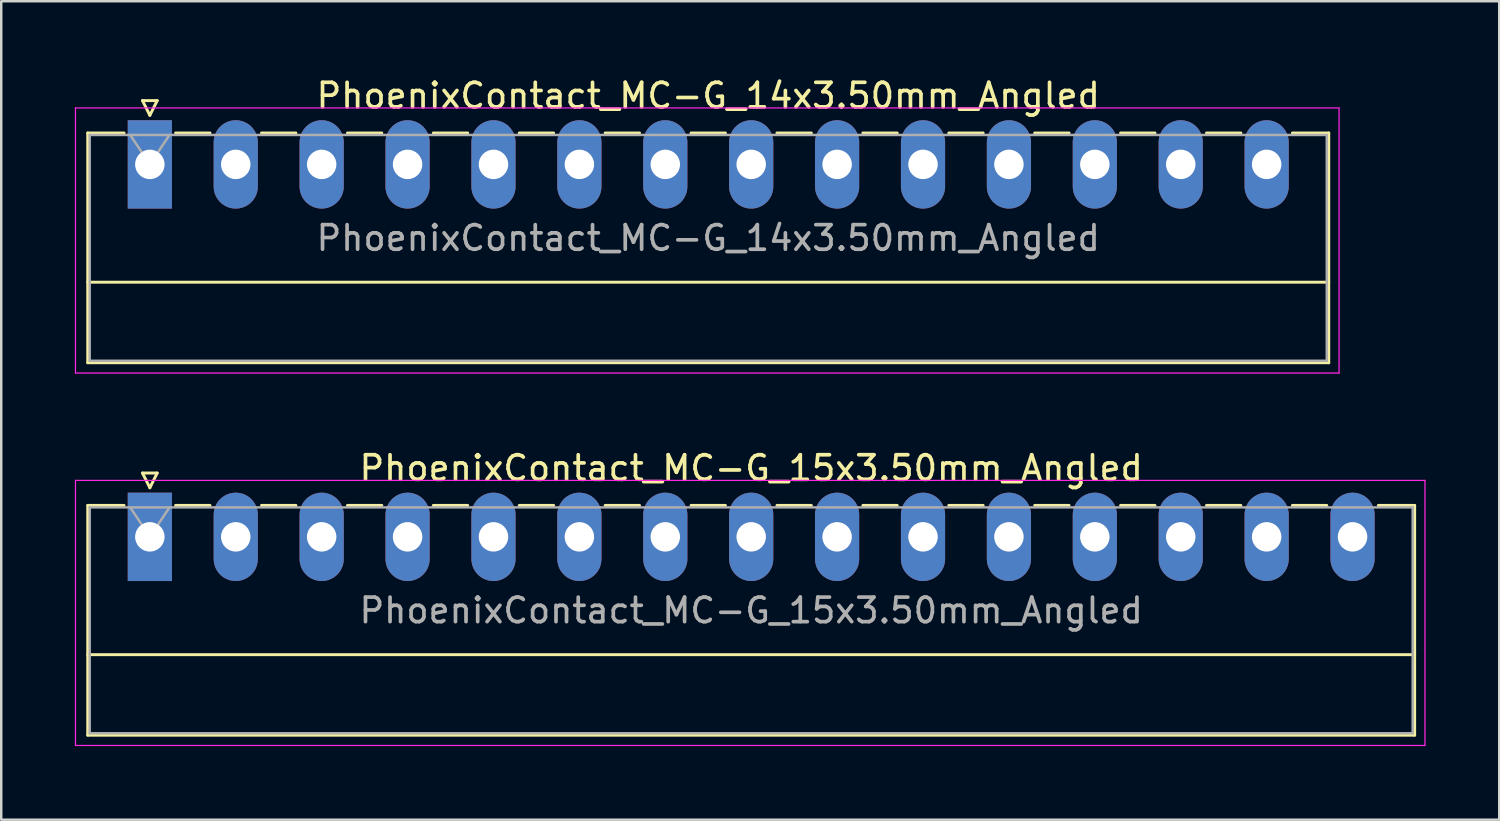
<source format=kicad_pcb>
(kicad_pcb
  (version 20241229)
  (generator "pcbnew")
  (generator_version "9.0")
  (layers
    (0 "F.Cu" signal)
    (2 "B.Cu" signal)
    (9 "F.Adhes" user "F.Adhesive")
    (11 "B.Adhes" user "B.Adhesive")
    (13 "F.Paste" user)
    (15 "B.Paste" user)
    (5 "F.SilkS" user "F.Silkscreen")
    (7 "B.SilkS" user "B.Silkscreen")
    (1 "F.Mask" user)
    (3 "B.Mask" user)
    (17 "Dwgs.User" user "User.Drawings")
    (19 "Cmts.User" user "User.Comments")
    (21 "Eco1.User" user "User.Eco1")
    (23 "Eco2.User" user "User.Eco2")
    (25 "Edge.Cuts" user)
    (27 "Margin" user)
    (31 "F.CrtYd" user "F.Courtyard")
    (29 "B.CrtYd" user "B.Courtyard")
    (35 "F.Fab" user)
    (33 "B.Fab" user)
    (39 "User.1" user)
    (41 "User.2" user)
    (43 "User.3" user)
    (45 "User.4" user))
  (footprint "PhoenixContact_MC-G_15x3.50mm_Angled"
    (layer "F.Cu")
    (at 3.055 18.822)
    (property "Reference" "PhoenixContact_MC-G_15x3.50mm_Angled" (at 24.5 -2.8 0) (layer "F.SilkS") (effects (font (size 1 1) (thickness 0.15))))
    (attr through_hole)
    (fp_line (start -2.53 -1.28) (end -2.53 8.08) (stroke (width 0.12) (type solid)) (layer "F.SilkS"))
    (fp_line (start -2.53 -1.28) (end -1.05 -1.28) (stroke (width 0.12) (type solid)) (layer "F.SilkS"))
    (fp_line (start -2.53 4.8) (end 51.53 4.8) (stroke (width 0.12) (type solid)) (layer "F.SilkS"))
    (fp_line (start -2.53 8.08) (end 51.53 8.08) (stroke (width 0.12) (type solid)) (layer "F.SilkS"))
    (fp_line (start -0.3 -2.6) (end 0.3 -2.6) (stroke (width 0.12) (type solid)) (layer "F.SilkS"))
    (fp_line (start 0 -2) (end -0.3 -2.6) (stroke (width 0.12) (type solid)) (layer "F.SilkS"))
    (fp_line (start 0.3 -2.6) (end 0 -2) (stroke (width 0.12) (type solid)) (layer "F.SilkS"))
    (fp_line (start 1.05 -1.28) (end 2.45 -1.28) (stroke (width 0.12) (type solid)) (layer "F.SilkS"))
    (fp_line (start 4.55 -1.28) (end 5.95 -1.28) (stroke (width 0.12) (type solid)) (layer "F.SilkS"))
    (fp_line (start 8.05 -1.28) (end 9.45 -1.28) (stroke (width 0.12) (type solid)) (layer "F.SilkS"))
    (fp_line (start 11.55 -1.28) (end 12.95 -1.28) (stroke (width 0.12) (type solid)) (layer "F.SilkS"))
    (fp_line (start 15.05 -1.28) (end 16.45 -1.28) (stroke (width 0.12) (type solid)) (layer "F.SilkS"))
    (fp_line (start 18.55 -1.28) (end 19.95 -1.28) (stroke (width 0.12) (type solid)) (layer "F.SilkS"))
    (fp_line (start 22.05 -1.28) (end 23.45 -1.28) (stroke (width 0.12) (type solid)) (layer "F.SilkS"))
    (fp_line (start 25.55 -1.28) (end 26.95 -1.28) (stroke (width 0.12) (type solid)) (layer "F.SilkS"))
    (fp_line (start 29.05 -1.28) (end 30.45 -1.28) (stroke (width 0.12) (type solid)) (layer "F.SilkS"))
    (fp_line (start 32.55 -1.28) (end 33.95 -1.28) (stroke (width 0.12) (type solid)) (layer "F.SilkS"))
    (fp_line (start 36.05 -1.28) (end 37.45 -1.28) (stroke (width 0.12) (type solid)) (layer "F.SilkS"))
    (fp_line (start 39.55 -1.28) (end 40.95 -1.28) (stroke (width 0.12) (type solid)) (layer "F.SilkS"))
    (fp_line (start 43.05 -1.28) (end 44.45 -1.28) (stroke (width 0.12) (type solid)) (layer "F.SilkS"))
    (fp_line (start 46.55 -1.28) (end 47.95 -1.28) (stroke (width 0.12) (type solid)) (layer "F.SilkS"))
    (fp_line (start 51.53 -1.28) (end 50.05 -1.28) (stroke (width 0.12) (type solid)) (layer "F.SilkS"))
    (fp_line (start 51.53 8.08) (end 51.53 -1.28) (stroke (width 0.12) (type solid)) (layer "F.SilkS"))
    (fp_line (start -3.03 -2.3) (end -3.03 8.5) (stroke (width 0.05) (type solid)) (layer "F.CrtYd"))
    (fp_line (start -3.03 8.5) (end 51.95 8.5) (stroke (width 0.05) (type solid)) (layer "F.CrtYd"))
    (fp_line (start 51.95 -2.3) (end -3.03 -2.3) (stroke (width 0.05) (type solid)) (layer "F.CrtYd"))
    (fp_line (start 51.95 8.5) (end 51.95 -2.3) (stroke (width 0.05) (type solid)) (layer "F.CrtYd"))
    (fp_line (start -2.45 -1.2) (end -2.45 8) (stroke (width 0.1) (type solid)) (layer "F.Fab"))
    (fp_line (start -2.45 8) (end 51.45 8) (stroke (width 0.1) (type solid)) (layer "F.Fab"))
    (fp_line (start 0 0) (end -0.8 -1.2) (stroke (width 0.1) (type solid)) (layer "F.Fab"))
    (fp_line (start 0.8 -1.2) (end 0 0) (stroke (width 0.1) (type solid)) (layer "F.Fab"))
    (fp_line (start 51.45 -1.2) (end -2.45 -1.2) (stroke (width 0.1) (type solid)) (layer "F.Fab"))
    (fp_line (start 51.45 8) (end 51.45 -1.2) (stroke (width 0.1) (type solid)) (layer "F.Fab"))
    (fp_text user "${REFERENCE}" (at 24.5 3 0) (layer "F.Fab") (effects (font (size 1 1) (thickness 0.15))))
    (pad "1" thru_hole rect (at 0 0) (size 1.8 3.6) (drill 1.2) (layers "*.Cu" "*.Mask"))
    (pad "2" thru_hole oval (at 3.5 0) (size 1.8 3.6) (drill 1.2) (layers "*.Cu" "*.Mask"))
    (pad "3" thru_hole oval (at 7 0) (size 1.8 3.6) (drill 1.2) (layers "*.Cu" "*.Mask"))
    (pad "4" thru_hole oval (at 10.5 0) (size 1.8 3.6) (drill 1.2) (layers "*.Cu" "*.Mask"))
    (pad "5" thru_hole oval (at 14 0) (size 1.8 3.6) (drill 1.2) (layers "*.Cu" "*.Mask"))
    (pad "6" thru_hole oval (at 17.5 0) (size 1.8 3.6) (drill 1.2) (layers "*.Cu" "*.Mask"))
    (pad "7" thru_hole oval (at 21 0) (size 1.8 3.6) (drill 1.2) (layers "*.Cu" "*.Mask"))
    (pad "8" thru_hole oval (at 24.5 0) (size 1.8 3.6) (drill 1.2) (layers "*.Cu" "*.Mask"))
    (pad "9" thru_hole oval (at 28 0) (size 1.8 3.6) (drill 1.2) (layers "*.Cu" "*.Mask"))
    (pad "10" thru_hole oval (at 31.5 0) (size 1.8 3.6) (drill 1.2) (layers "*.Cu" "*.Mask"))
    (pad "11" thru_hole oval (at 35 0) (size 1.8 3.6) (drill 1.2) (layers "*.Cu" "*.Mask"))
    (pad "12" thru_hole oval (at 38.5 0) (size 1.8 3.6) (drill 1.2) (layers "*.Cu" "*.Mask"))
    (pad "13" thru_hole oval (at 42 0) (size 1.8 3.6) (drill 1.2) (layers "*.Cu" "*.Mask"))
    (pad "14" thru_hole oval (at 45.5 0) (size 1.8 3.6) (drill 1.2) (layers "*.Cu" "*.Mask"))
    (pad "15" thru_hole oval (at 49 0) (size 1.8 3.6) (drill 1.2) (layers "*.Cu" "*.Mask")))
  (footprint "PhoenixContact_MC-G_14x3.50mm_Angled"
    (layer "F.Cu")
    (at 3.055 3.648)
    (property "Reference" "PhoenixContact_MC-G_14x3.50mm_Angled" (at 22.75 -2.8 0) (layer "F.SilkS") (effects (font (size 1 1) (thickness 0.15))))
    (attr through_hole)
    (fp_line (start -2.53 -1.28) (end -2.53 8.08) (stroke (width 0.12) (type solid)) (layer "F.SilkS"))
    (fp_line (start -2.53 -1.28) (end -1.05 -1.28) (stroke (width 0.12) (type solid)) (layer "F.SilkS"))
    (fp_line (start -2.53 4.8) (end 48.03 4.8) (stroke (width 0.12) (type solid)) (layer "F.SilkS"))
    (fp_line (start -2.53 8.08) (end 48.03 8.08) (stroke (width 0.12) (type solid)) (layer "F.SilkS"))
    (fp_line (start -0.3 -2.6) (end 0.3 -2.6) (stroke (width 0.12) (type solid)) (layer "F.SilkS"))
    (fp_line (start 0 -2) (end -0.3 -2.6) (stroke (width 0.12) (type solid)) (layer "F.SilkS"))
    (fp_line (start 0.3 -2.6) (end 0 -2) (stroke (width 0.12) (type solid)) (layer "F.SilkS"))
    (fp_line (start 1.05 -1.28) (end 2.45 -1.28) (stroke (width 0.12) (type solid)) (layer "F.SilkS"))
    (fp_line (start 4.55 -1.28) (end 5.95 -1.28) (stroke (width 0.12) (type solid)) (layer "F.SilkS"))
    (fp_line (start 8.05 -1.28) (end 9.45 -1.28) (stroke (width 0.12) (type solid)) (layer "F.SilkS"))
    (fp_line (start 11.55 -1.28) (end 12.95 -1.28) (stroke (width 0.12) (type solid)) (layer "F.SilkS"))
    (fp_line (start 15.05 -1.28) (end 16.45 -1.28) (stroke (width 0.12) (type solid)) (layer "F.SilkS"))
    (fp_line (start 18.55 -1.28) (end 19.95 -1.28) (stroke (width 0.12) (type solid)) (layer "F.SilkS"))
    (fp_line (start 22.05 -1.28) (end 23.45 -1.28) (stroke (width 0.12) (type solid)) (layer "F.SilkS"))
    (fp_line (start 25.55 -1.28) (end 26.95 -1.28) (stroke (width 0.12) (type solid)) (layer "F.SilkS"))
    (fp_line (start 29.05 -1.28) (end 30.45 -1.28) (stroke (width 0.12) (type solid)) (layer "F.SilkS"))
    (fp_line (start 32.55 -1.28) (end 33.95 -1.28) (stroke (width 0.12) (type solid)) (layer "F.SilkS"))
    (fp_line (start 36.05 -1.28) (end 37.45 -1.28) (stroke (width 0.12) (type solid)) (layer "F.SilkS"))
    (fp_line (start 39.55 -1.28) (end 40.95 -1.28) (stroke (width 0.12) (type solid)) (layer "F.SilkS"))
    (fp_line (start 43.05 -1.28) (end 44.45 -1.28) (stroke (width 0.12) (type solid)) (layer "F.SilkS"))
    (fp_line (start 48.03 -1.28) (end 46.55 -1.28) (stroke (width 0.12) (type solid)) (layer "F.SilkS"))
    (fp_line (start 48.03 8.08) (end 48.03 -1.28) (stroke (width 0.12) (type solid)) (layer "F.SilkS"))
    (fp_line (start -3.03 -2.3) (end -3.03 8.5) (stroke (width 0.05) (type solid)) (layer "F.CrtYd"))
    (fp_line (start -3.03 8.5) (end 48.45 8.5) (stroke (width 0.05) (type solid)) (layer "F.CrtYd"))
    (fp_line (start 48.45 -2.3) (end -3.03 -2.3) (stroke (width 0.05) (type solid)) (layer "F.CrtYd"))
    (fp_line (start 48.45 8.5) (end 48.45 -2.3) (stroke (width 0.05) (type solid)) (layer "F.CrtYd"))
    (fp_line (start -2.45 -1.2) (end -2.45 8) (stroke (width 0.1) (type solid)) (layer "F.Fab"))
    (fp_line (start -2.45 8) (end 47.95 8) (stroke (width 0.1) (type solid)) (layer "F.Fab"))
    (fp_line (start 0 0) (end -0.8 -1.2) (stroke (width 0.1) (type solid)) (layer "F.Fab"))
    (fp_line (start 0.8 -1.2) (end 0 0) (stroke (width 0.1) (type solid)) (layer "F.Fab"))
    (fp_line (start 47.95 -1.2) (end -2.45 -1.2) (stroke (width 0.1) (type solid)) (layer "F.Fab"))
    (fp_line (start 47.95 8) (end 47.95 -1.2) (stroke (width 0.1) (type solid)) (layer "F.Fab"))
    (fp_text user "${REFERENCE}" (at 22.75 3 0) (layer "F.Fab") (effects (font (size 1 1) (thickness 0.15))))
    (pad "1" thru_hole rect (at 0 0) (size 1.8 3.6) (drill 1.2) (layers "*.Cu" "*.Mask"))
    (pad "2" thru_hole oval (at 3.5 0) (size 1.8 3.6) (drill 1.2) (layers "*.Cu" "*.Mask"))
    (pad "3" thru_hole oval (at 7 0) (size 1.8 3.6) (drill 1.2) (layers "*.Cu" "*.Mask"))
    (pad "4" thru_hole oval (at 10.5 0) (size 1.8 3.6) (drill 1.2) (layers "*.Cu" "*.Mask"))
    (pad "5" thru_hole oval (at 14 0) (size 1.8 3.6) (drill 1.2) (layers "*.Cu" "*.Mask"))
    (pad "6" thru_hole oval (at 17.5 0) (size 1.8 3.6) (drill 1.2) (layers "*.Cu" "*.Mask"))
    (pad "7" thru_hole oval (at 21 0) (size 1.8 3.6) (drill 1.2) (layers "*.Cu" "*.Mask"))
    (pad "8" thru_hole oval (at 24.5 0) (size 1.8 3.6) (drill 1.2) (layers "*.Cu" "*.Mask"))
    (pad "9" thru_hole oval (at 28 0) (size 1.8 3.6) (drill 1.2) (layers "*.Cu" "*.Mask"))
    (pad "10" thru_hole oval (at 31.5 0) (size 1.8 3.6) (drill 1.2) (layers "*.Cu" "*.Mask"))
    (pad "11" thru_hole oval (at 35 0) (size 1.8 3.6) (drill 1.2) (layers "*.Cu" "*.Mask"))
    (pad "12" thru_hole oval (at 38.5 0) (size 1.8 3.6) (drill 1.2) (layers "*.Cu" "*.Mask"))
    (pad "13" thru_hole oval (at 42 0) (size 1.8 3.6) (drill 1.2) (layers "*.Cu" "*.Mask"))
    (pad "14" thru_hole oval (at 45.5 0) (size 1.8 3.6) (drill 1.2) (layers "*.Cu" "*.Mask")))
  (gr_rect
    (start -3 -3)
    (end 58.03 30.346)
    (stroke (width 0.1) (type default))
    (fill no)
    (layer "Edge.Cuts")))
</source>
